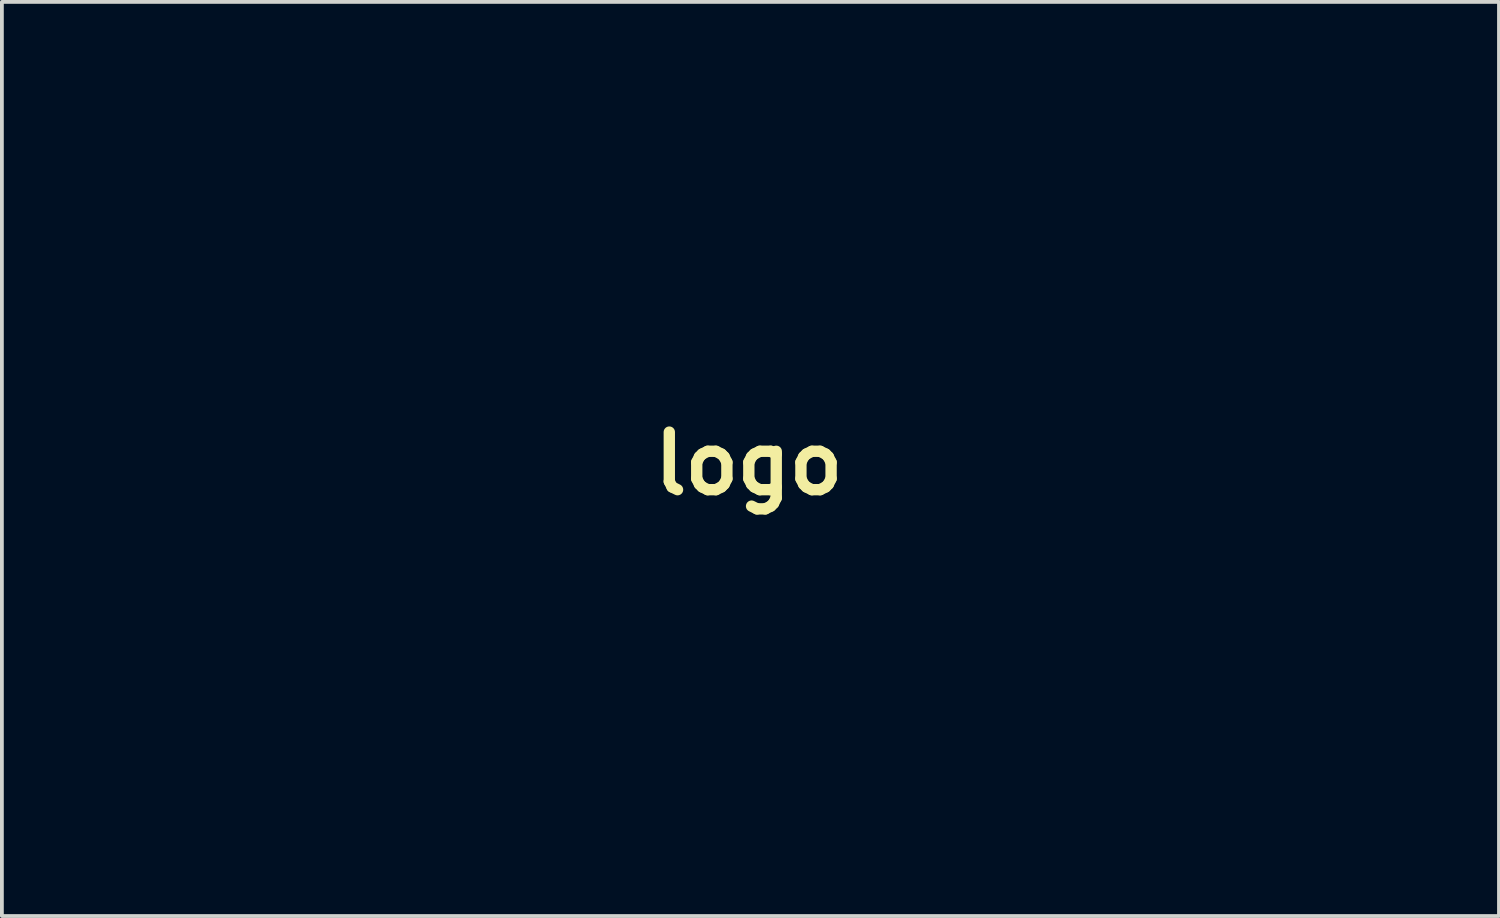
<source format=kicad_pcb>
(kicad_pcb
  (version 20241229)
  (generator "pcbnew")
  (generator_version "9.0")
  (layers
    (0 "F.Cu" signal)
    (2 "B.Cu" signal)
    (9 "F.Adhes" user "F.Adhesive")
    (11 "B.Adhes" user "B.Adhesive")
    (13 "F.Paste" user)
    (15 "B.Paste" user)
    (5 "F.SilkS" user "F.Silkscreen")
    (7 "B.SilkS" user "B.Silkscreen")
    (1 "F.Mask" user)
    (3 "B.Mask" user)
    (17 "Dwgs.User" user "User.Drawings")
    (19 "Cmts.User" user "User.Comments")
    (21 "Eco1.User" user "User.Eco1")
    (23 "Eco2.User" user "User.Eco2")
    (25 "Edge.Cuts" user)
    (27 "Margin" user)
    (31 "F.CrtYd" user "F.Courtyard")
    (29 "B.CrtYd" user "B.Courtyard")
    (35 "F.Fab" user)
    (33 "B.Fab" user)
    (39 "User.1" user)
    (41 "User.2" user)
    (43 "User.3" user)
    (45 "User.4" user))
  (footprint "logo"
    (layer "F.Cu")
    (at 16.769 9.221)
    (property "Reference" "logo" (at 0 0 0) (layer "F.SilkS") (effects (font (size 1.524 1.524) (thickness 0.3))))
    (attr through_hole)
    (fp_poly (pts (xy -0.593 -1.905) (xy -0.635 -1.863) (xy -0.677 -1.905) (xy -0.635 -1.947) (xy -0.593 -1.905)) (stroke (width 0.01) (type solid)) (fill no) (layer "Eco2.User"))
    (fp_poly (pts (xy 1.814 -7.251) (xy 4.214 -7.075) (xy 6.565 -6.759) (xy 8.509 -6.38) (xy 9.603 -6.107) (xy 10.541 -5.81) (xy 11.336 -5.483) (xy 11.999 -5.117) (xy 12.544 -4.705) (xy 12.982 -4.24) (xy 13.326 -3.714) (xy 13.482 -3.393) (xy 13.758 -2.752) (xy 13.74 0.4) (xy 13.735 1.217) (xy 13.729 1.883) (xy 13.722 2.416) (xy 13.712 2.832) (xy 13.699 3.15) (xy 13.681 3.388) (xy 13.658 3.564) (xy 13.629 3.695) (xy 13.592 3.799) (xy 13.55 3.887) (xy 13.384 4.148) (xy 13.151 4.382) (xy 12.823 4.613) (xy 12.371 4.864) (xy 12.234 4.933) (xy 11.68 5.193) (xy 11.01 5.482) (xy 10.272 5.782) (xy 9.511 6.074) (xy 8.775 6.34) (xy 8.111 6.563) (xy 7.814 6.653) (xy 7.385 6.769) (xy 7.068 6.817) (xy 6.822 6.792) (xy 6.601 6.688) (xy 6.361 6.499) (xy 6.308 6.451) (xy 6.128 6.272) (xy 5.868 5.993) (xy 5.554 5.643) (xy 5.211 5.252) (xy 4.868 4.852) (xy 4.551 4.47) (xy 4.53 4.444) (xy 4.219 4.07) (xy 3.865 3.657) (xy 3.496 3.237) (xy 3.141 2.841) (xy 2.828 2.5) (xy 2.584 2.247) (xy 2.518 2.182) (xy 2.247 1.964) (xy 1.912 1.744) (xy 1.706 1.632) (xy 1.509 1.54) (xy 1.334 1.475) (xy 1.144 1.434) (xy 0.903 1.41) (xy 0.574 1.4) (xy 0.12 1.397) (xy 0 1.397) (xy -0.487 1.399) (xy -0.841 1.407) (xy -1.099 1.428) (xy -1.297 1.465) (xy -1.471 1.523) (xy -1.658 1.609) (xy -1.693 1.626) (xy -2.069 1.855) (xy -2.498 2.202) (xy -2.987 2.672) (xy -3.542 3.272) (xy -4.171 4.011) (xy -4.476 4.385) (xy -5.079 5.115) (xy -5.611 5.722) (xy -6.068 6.202) (xy -6.445 6.549) (xy -6.722 6.749) (xy -6.863 6.814) (xy -7.019 6.838) (xy -7.226 6.818) (xy -7.516 6.749) (xy -7.926 6.627) (xy -8.001 6.604) (xy -8.698 6.376) (xy -9.419 6.12) (xy -10.141 5.847) (xy -10.84 5.566) (xy -11.492 5.289) (xy -12.072 5.024) (xy -12.558 4.782) (xy -12.926 4.573) (xy -13.115 4.439) (xy -13.258 4.316) (xy -13.375 4.2) (xy -13.47 4.072) (xy -13.545 3.915) (xy -13.603 3.714) (xy -13.645 3.449) (xy -13.676 3.105) (xy -13.697 2.664) (xy -13.711 2.109) (xy -13.721 1.423) (xy -13.729 0.589) (xy -13.731 0.376) (xy -13.732 0.217) (xy -12.869 0.217) (xy -12.866 0.985) (xy -12.858 1.603) (xy -12.841 2.094) (xy -12.813 2.478) (xy -12.772 2.776) (xy -12.714 3.008) (xy -12.638 3.196) (xy -12.542 3.359) (xy -12.484 3.44) (xy -12.295 3.616) (xy -11.978 3.832) (xy -11.561 4.071) (xy -11.076 4.316) (xy -10.552 4.552) (xy -10.202 4.693) (xy -9.835 4.836) (xy -9.461 4.985) (xy -9.186 5.098) (xy -8.639 5.314) (xy -8.096 5.506) (xy -7.592 5.664) (xy -7.163 5.776) (xy -6.841 5.833) (xy -6.764 5.837) (xy -6.444 5.807) (xy -6.183 5.685) (xy -6.08 5.609) (xy -5.916 5.476) (xy -5.779 5.356) (xy -5.642 5.22) (xy -5.482 5.041) (xy -5.27 4.792) (xy -4.983 4.444) (xy -4.914 4.36) (xy -4.374 3.716) (xy -3.895 3.178) (xy -3.446 2.711) (xy -2.995 2.28) (xy -2.879 2.175) (xy -2.431 1.799) (xy -2.044 1.541) (xy -1.684 1.38) (xy -1.413 1.31) (xy -1.197 1.253) (xy -1.063 1.188) (xy -1.052 1.176) (xy -0.951 1.143) (xy -0.722 1.119) (xy -0.406 1.106) (xy -0.043 1.102) (xy 0.324 1.107) (xy 0.656 1.121) (xy 0.911 1.144) (xy 1.047 1.176) (xy 1.058 1.185) (xy 1.176 1.254) (xy 1.296 1.272) (xy 1.558 1.326) (xy 1.897 1.468) (xy 2.261 1.672) (xy 2.554 1.88) (xy 2.92 2.195) (xy 3.353 2.611) (xy 3.82 3.093) (xy 4.286 3.605) (xy 4.718 4.112) (xy 4.782 4.191) (xy 5.086 4.554) (xy 5.411 4.922) (xy 5.71 5.24) (xy 5.868 5.397) (xy 6.08 5.587) (xy 6.273 5.727) (xy 6.471 5.816) (xy 6.695 5.851) (xy 6.967 5.832) (xy 7.309 5.757) (xy 7.743 5.624) (xy 8.29 5.432) (xy 8.973 5.178) (xy 8.975 5.178) (xy 9.872 4.833) (xy 10.62 4.527) (xy 11.231 4.251) (xy 11.718 4) (xy 12.094 3.766) (xy 12.373 3.542) (xy 12.569 3.322) (xy 12.593 3.287) (xy 12.827 2.933) (xy 12.827 0.303) (xy 12.825 -0.534) (xy 12.817 -1.216) (xy 12.804 -1.755) (xy 12.785 -2.166) (xy 12.759 -2.462) (xy 12.726 -2.657) (xy 12.717 -2.692) (xy 12.553 -3.024) (xy 12.267 -3.39) (xy 11.891 -3.758) (xy 11.46 -4.095) (xy 11.06 -4.34) (xy 10.44 -4.62) (xy 9.666 -4.888) (xy 8.754 -5.14) (xy 7.719 -5.373) (xy 6.575 -5.583) (xy 5.339 -5.768) (xy 4.248 -5.899) (xy 3.62 -5.953) (xy 2.859 -5.995) (xy 1.997 -6.025) (xy 1.066 -6.044) (xy 0.101 -6.051) (xy -0.868 -6.046) (xy -1.806 -6.03) (xy -2.681 -6.002) (xy -3.46 -5.963) (xy -4.11 -5.912) (xy -4.233 -5.899) (xy -5.024 -5.804) (xy -5.841 -5.689) (xy -6.652 -5.562) (xy -7.426 -5.427) (xy -8.133 -5.289) (xy -8.741 -5.155) (xy -9.219 -5.03) (xy -9.313 -5.002) (xy -9.534 -4.931) (xy -9.81 -4.844) (xy -9.864 -4.827) (xy -10.307 -4.668) (xy -10.823 -4.451) (xy -11.255 -4.249) (xy -11.454 -4.122) (xy -11.718 -3.912) (xy -12 -3.659) (xy -12.064 -3.597) (xy -12.278 -3.379) (xy -12.45 -3.175) (xy -12.585 -2.964) (xy -12.687 -2.725) (xy -12.762 -2.437) (xy -12.813 -2.079) (xy -12.845 -1.629) (xy -12.861 -1.068) (xy -12.868 -0.373) (xy -12.869 0.217) (xy -13.732 0.217) (xy -13.758 -2.836) (xy -13.45 -3.471) (xy -13.144 -4.011) (xy -12.772 -4.488) (xy -12.322 -4.908) (xy -11.78 -5.279) (xy -11.132 -5.609) (xy -10.363 -5.905) (xy -9.46 -6.175) (xy -8.41 -6.426) (xy -7.778 -6.556) (xy -5.432 -6.941) (xy -3.035 -7.184) (xy -0.611 -7.288) (xy 1.814 -7.251)) (stroke (width 0.01) (type solid)) (fill no) (layer "Eco2.User"))
    (fp_poly (pts (xy 0.785 -2.295) (xy 1.243 -2.062) (xy 1.597 -1.853) (xy 1.902 -1.631) (xy 2.213 -1.357) (xy 2.406 -1.171) (xy 2.816 -0.794) (xy 3.172 -0.521) (xy 3.445 -0.37) (xy 3.648 -0.299) (xy 3.804 -0.276) (xy 3.972 -0.308) (xy 4.212 -0.4) (xy 4.341 -0.454) (xy 4.632 -0.569) (xy 4.878 -0.649) (xy 5.017 -0.678) (xy 5.217 -0.619) (xy 5.511 -0.456) (xy 5.873 -0.205) (xy 6.278 0.118) (xy 6.447 0.265) (xy 7.02 0.755) (xy 7.512 1.14) (xy 7.913 1.413) (xy 8.216 1.571) (xy 8.38 1.609) (xy 8.523 1.568) (xy 8.772 1.459) (xy 9.088 1.299) (xy 9.335 1.163) (xy 9.782 0.907) (xy 10.11 0.723) (xy 10.348 0.606) (xy 10.528 0.55) (xy 10.679 0.548) (xy 10.832 0.595) (xy 11.018 0.683) (xy 11.219 0.785) (xy 11.695 1.039) (xy 12.112 1.297) (xy 12.445 1.539) (xy 12.667 1.749) (xy 12.747 1.877) (xy 12.773 2.111) (xy 12.753 2.435) (xy 12.697 2.78) (xy 12.616 3.077) (xy 12.551 3.216) (xy 12.409 3.399) (xy 12.214 3.575) (xy 11.943 3.758) (xy 11.573 3.96) (xy 11.083 4.198) (xy 10.668 4.386) (xy 10.352 4.522) (xy 9.956 4.684) (xy 9.512 4.86) (xy 9.052 5.038) (xy 8.606 5.206) (xy 8.207 5.352) (xy 7.886 5.464) (xy 7.675 5.53) (xy 7.62 5.543) (xy 7.519 5.587) (xy 7.474 5.614) (xy 7.333 5.662) (xy 7.092 5.71) (xy 6.945 5.731) (xy 6.66 5.748) (xy 6.451 5.705) (xy 6.231 5.58) (xy 6.194 5.555) (xy 6.064 5.464) (xy 5.955 5.379) (xy 5.845 5.28) (xy 5.715 5.142) (xy 5.542 4.945) (xy 5.307 4.667) (xy 4.989 4.285) (xy 4.91 4.191) (xy 4.23 3.395) (xy 3.628 2.738) (xy 3.096 2.213) (xy 2.637 1.82) (xy 9.215 1.82) (xy 9.702 1.938) (xy 9.977 2.001) (xy 10.139 2.016) (xy 10.241 1.977) (xy 10.332 1.88) (xy 10.336 1.875) (xy 10.476 1.724) (xy 10.532 1.719) (xy 10.503 1.862) (xy 10.47 1.955) (xy 10.418 2.137) (xy 10.454 2.261) (xy 10.602 2.401) (xy 10.625 2.419) (xy 10.794 2.542) (xy 10.881 2.558) (xy 10.926 2.486) (xy 10.977 2.425) (xy 11.069 2.478) (xy 11.212 2.635) (xy 11.509 2.888) (xy 11.842 3.013) (xy 12.078 3.063) (xy 12.234 3.084) (xy 12.266 3.081) (xy 12.236 3.006) (xy 12.129 2.835) (xy 11.993 2.642) (xy 11.791 2.34) (xy 11.606 2.019) (xy 11.526 1.855) (xy 11.334 1.499) (xy 11.111 1.212) (xy 10.886 1.022) (xy 10.685 0.957) (xy 10.643 0.964) (xy 10.406 1.006) (xy 10.279 1.015) (xy 10.126 1.049) (xy 9.937 1.161) (xy 9.685 1.371) (xy 9.455 1.588) (xy 9.215 1.82) (xy 2.637 1.82) (xy 2.627 1.812) (xy 2.214 1.528) (xy 1.987 1.41) (xy 1.723 1.289) (xy 1.49 1.179) (xy 1.448 1.158) (xy 1.265 1.113) (xy 0.953 1.081) (xy 0.551 1.062) (xy 0.099 1.055) (xy -0.364 1.06) (xy -0.797 1.078) (xy -1.161 1.108) (xy -1.417 1.149) (xy -1.49 1.173) (xy -1.945 1.395) (xy -2.299 1.595) (xy -2.607 1.809) (xy -2.927 2.076) (xy -3.098 2.231) (xy -3.552 2.671) (xy -4.035 3.179) (xy -4.499 3.701) (xy -4.896 4.185) (xy -4.995 4.314) (xy -5.25 4.633) (xy -5.539 4.959) (xy -5.829 5.258) (xy -6.086 5.495) (xy -6.275 5.634) (xy -6.282 5.638) (xy -6.645 5.739) (xy -7.078 5.713) (xy -7.154 5.696) (xy -7.488 5.599) (xy -7.943 5.446) (xy -8.484 5.25) (xy -9.078 5.025) (xy -9.69 4.783) (xy -10.287 4.538) (xy -10.835 4.303) (xy -11.3 4.092) (xy -11.45 4.019) (xy -11.78 3.843) (xy -12.073 3.662) (xy -12.278 3.509) (xy -12.311 3.478) (xy -12.508 3.27) (xy -11.932 3.27) (xy -11.909 3.36) (xy -11.805 3.354) (xy -11.643 3.366) (xy -11.545 3.429) (xy -11.363 3.534) (xy -11.164 3.548) (xy -11.015 3.473) (xy -10.98 3.408) (xy -10.95 3.339) (xy -10.933 3.434) (xy -10.932 3.46) (xy -10.914 3.578) (xy -10.846 3.627) (xy -10.683 3.623) (xy -10.52 3.6) (xy -10.278 3.559) (xy -10.117 3.522) (xy -10.084 3.508) (xy -10.102 3.426) (xy -10.151 3.355) (xy -10.209 3.247) (xy -10.149 3.199) (xy -10.131 3.116) (xy -10.231 2.925) (xy -10.336 2.776) (xy -10.605 2.478) (xy -10.86 2.344) (xy -11.123 2.372) (xy -11.414 2.56) (xy -11.536 2.673) (xy -11.734 2.896) (xy -11.869 3.105) (xy -11.932 3.27) (xy -12.508 3.27) (xy -12.518 3.26) (xy -11.707 2.52) (xy -10.897 1.78) (xy -10.315 2.094) (xy -9.734 2.408) (xy -9.663 2.371) (xy -8.502 2.371) (xy -8.108 2.371) (xy -7.822 2.347) (xy -7.662 2.269) (xy -7.627 2.223) (xy -7.559 2.119) (xy -7.54 2.165) (xy -7.538 2.223) (xy -7.528 2.301) (xy -7.485 2.346) (xy -7.385 2.354) (xy -7.205 2.323) (xy -6.919 2.249) (xy -6.505 2.13) (xy -6.314 2.074) (xy -5.927 1.961) (xy -5.604 1.868) (xy -5.376 1.804) (xy -5.276 1.778) (xy -5.274 1.778) (xy -5.266 1.704) (xy -5.285 1.521) (xy -5.295 1.46) (xy -5.348 1.143) (xy -5.066 1.461) (xy -4.796 1.7) (xy -4.526 1.828) (xy -4.508 1.831) (xy -4.233 1.884) (xy -4.233 1.496) (xy -4.254 1.224) (xy -4.331 1.057) (xy -4.424 0.974) (xy -4.749 0.741) (xy -5.095 0.485) (xy -5.399 0.253) (xy -5.52 0.158) (xy -5.684 0.04) (xy -5.802 0.027) (xy -5.956 0.11) (xy -5.961 0.114) (xy -6.155 0.229) (xy -6.224 0.23) (xy -6.174 0.114) (xy -6.084 -0.021) (xy -5.973 -0.186) (xy -5.961 -0.233) (xy -6.043 -0.179) (xy -6.056 -0.169) (xy -6.242 -0.001) (xy -6.371 0.141) (xy -6.515 0.276) (xy -6.755 0.459) (xy -7.042 0.653) (xy -7.067 0.669) (xy -7.346 0.862) (xy -7.574 1.05) (xy -7.705 1.194) (xy -7.712 1.206) (xy -7.843 1.412) (xy -7.99 1.599) (xy -8.17 1.801) (xy -7.959 1.695) (xy -7.873 1.667) (xy -7.9 1.731) (xy -8.044 1.896) (xy -8.124 1.98) (xy -8.502 2.371) (xy -9.663 2.371) (xy -9.418 2.243) (xy -9.224 2.112) (xy -8.956 1.892) (xy -8.656 1.619) (xy -8.467 1.433) (xy -8.15 1.12) (xy -7.822 0.813) (xy -7.535 0.558) (xy -7.413 0.457) (xy -7.149 0.244) (xy -6.906 0.039) (xy -6.778 -0.074) (xy -6.563 -0.255) (xy -6.304 -0.447) (xy -6.248 -0.485) (xy -5.935 -0.695) (xy -5.418 -0.436) (xy -4.901 -0.178) (xy -4.461 -0.454) (xy -4.251 -0.575) (xy -3.455 -0.575) (xy -3.399 -0.517) (xy -3.326 -0.442) (xy -3.399 -0.371) (xy -3.386 -0.322) (xy -3.208 -0.269) (xy -2.872 -0.213) (xy -2.794 -0.202) (xy -2.46 -0.158) (xy -2.192 -0.122) (xy -2.033 -0.1) (xy -2.011 -0.096) (xy -1.96 -0.158) (xy -1.947 -0.263) (xy -1.947 -0.442) (xy -1.799 -0.261) (xy -1.651 -0.08) (xy -1.469 -0.141) (xy 4.402 -0.141) (xy 4.409 -0.035) (xy 4.41 -0.034) (xy 4.551 0.037) (xy 4.621 0.028) (xy 4.725 0.035) (xy 4.741 0.076) (xy 4.814 0.146) (xy 4.953 0.169) (xy 5.125 0.124) (xy 5.167 0.021) (xy 5.182 -0.068) (xy 5.244 -0.03) (xy 5.315 0.052) (xy 5.507 0.237) (xy 5.724 0.375) (xy 5.873 0.421) (xy 5.884 0.362) (xy 5.815 0.213) (xy 5.801 0.191) (xy 5.542 -0.135) (xy 5.259 -0.305) (xy 5.032 -0.339) (xy 4.75 -0.311) (xy 4.527 -0.239) (xy 4.402 -0.141) (xy -1.469 -0.141) (xy -1.058 -0.28) (xy -0.745 -0.393) (xy -0.554 -0.49) (xy -0.445 -0.599) (xy -0.377 -0.749) (xy -0.372 -0.763) (xy -0.278 -1.047) (xy -0.16 -0.801) (xy -0.094 -0.685) (xy -0.005 -0.602) (xy 0.138 -0.54) (xy 0.367 -0.488) (xy 0.712 -0.437) (xy 1.016 -0.398) (xy 1.397 -0.35) (xy 1.12 -0.599) (xy 0.972 -0.746) (xy 0.914 -0.835) (xy 0.925 -0.847) (xy 1.041 -0.785) (xy 1.058 -0.762) (xy 1.175 -0.68) (xy 1.201 -0.677) (xy 1.197 -0.732) (xy 1.098 -0.876) (xy 0.948 -1.05) (xy 0.719 -1.327) (xy 0.511 -1.626) (xy 0.423 -1.778) (xy 0.318 -1.971) (xy 0.22 -2.071) (xy 0.081 -2.089) (xy -0.145 -2.04) (xy -0.339 -1.983) (xy -0.484 -1.947) (xy -0.487 -1.987) (xy -0.401 -2.09) (xy -0.416 -2.115) (xy -0.55 -2.073) (xy -0.775 -1.979) (xy -1.061 -1.848) (xy -1.38 -1.693) (xy -1.703 -1.528) (xy -2 -1.368) (xy -2.242 -1.227) (xy -2.4 -1.119) (xy -2.413 -1.108) (xy -2.663 -0.918) (xy -2.943 -0.748) (xy -3.198 -0.629) (xy -3.354 -0.591) (xy -3.455 -0.575) (xy -4.251 -0.575) (xy -4.127 -0.646) (xy -3.762 -0.83) (xy -3.58 -0.91) (xy -3.315 -1.025) (xy -3.107 -1.131) (xy -3.029 -1.181) (xy -2.716 -1.411) (xy -2.268 -1.683) (xy -1.677 -2.003) (xy -1.204 -2.243) (xy -0.165 -2.759) (xy 0.785 -2.295)) (stroke (width 0.01) (type solid)) (fill no) (layer "Eco2.User"))
    (fp_poly (pts (xy -0.31 -9.216) (xy 0.73 -9.205) (xy 1.56 -9.192) (xy 2.247 -9.178) (xy 2.819 -9.161) (xy 3.304 -9.14) (xy 3.728 -9.112) (xy 4.118 -9.078) (xy 4.501 -9.034) (xy 4.906 -8.98) (xy 5.165 -8.942) (xy 6.127 -8.792) (xy 6.991 -8.641) (xy 7.827 -8.476) (xy 8.707 -8.283) (xy 9.019 -8.21) (xy 10.298 -7.844) (xy 11.472 -7.369) (xy 12.533 -6.793) (xy 13.474 -6.12) (xy 14.289 -5.356) (xy 14.969 -4.508) (xy 15.508 -3.581) (xy 15.863 -2.691) (xy 15.974 -2.567) (xy 16.147 -2.493) (xy 16.415 -2.421) (xy 16.616 -2.354) (xy 16.849 -2.265) (xy 16.849 4.708) (xy 16.642 4.989) (xy 16.444 5.226) (xy 16.217 5.421) (xy 15.935 5.588) (xy 15.567 5.743) (xy 15.086 5.9) (xy 14.536 6.053) (xy 13.935 6.241) (xy 13.482 6.448) (xy 13.304 6.562) (xy 13.071 6.707) (xy 12.724 6.895) (xy 12.308 7.105) (xy 11.865 7.317) (xy 11.44 7.509) (xy 11.075 7.661) (xy 10.837 7.746) (xy 10.601 7.826) (xy 10.372 7.917) (xy 10.204 7.981) (xy 9.911 8.087) (xy 9.526 8.221) (xy 9.085 8.372) (xy 8.848 8.452) (xy 7.578 8.878) (xy 6.118 8.938) (xy 5.567 8.959) (xy 5.155 8.967) (xy 4.851 8.963) (xy 4.625 8.944) (xy 4.447 8.908) (xy 4.286 8.856) (xy 4.279 8.854) (xy 3.971 8.684) (xy 3.63 8.395) (xy 3.249 7.977) (xy 2.817 7.42) (xy 2.817 7.42) (xy 8.467 7.42) (xy 8.5 7.446) (xy 8.615 7.438) (xy 8.831 7.392) (xy 9.171 7.301) (xy 9.554 7.192) (xy 10.001 7.054) (xy 10.464 6.897) (xy 10.871 6.745) (xy 11.045 6.673) (xy 11.373 6.523) (xy 11.728 6.35) (xy 12.08 6.169) (xy 12.399 5.998) (xy 12.652 5.852) (xy 12.81 5.749) (xy 12.847 5.706) (xy 12.761 5.725) (xy 12.551 5.798) (xy 12.249 5.913) (xy 11.89 6.059) (xy 10.909 6.461) (xy 10.078 6.793) (xy 9.398 7.055) (xy 8.996 7.202) (xy 8.728 7.301) (xy 8.538 7.379) (xy 8.467 7.42) (xy 2.817 7.42) (xy 2.45 6.899) (xy 2.031 6.327) (xy 1.6 5.818) (xy 1.178 5.392) (xy 0.785 5.07) (xy 0.442 4.872) (xy 0.357 4.842) (xy 0.027 4.779) (xy -0.282 4.811) (xy -0.598 4.949) (xy -0.948 5.205) (xy -1.356 5.586) (xy -1.689 5.945) (xy -2.053 6.38) (xy -2.391 6.82) (xy -2.538 7.027) (xy -3.018 7.697) (xy -3.446 8.212) (xy -3.827 8.58) (xy -4.167 8.805) (xy -4.191 8.816) (xy -4.441 8.894) (xy -4.793 8.942) (xy -5.262 8.961) (xy -5.862 8.951) (xy -6.608 8.912) (xy -6.985 8.886) (xy -7.397 8.847) (xy -7.766 8.786) (xy -8.148 8.691) (xy -8.596 8.549) (xy -8.932 8.432) (xy -9.349 8.283) (xy -9.72 8.148) (xy -10.009 8.041) (xy -10.182 7.974) (xy -10.202 7.966) (xy -10.38 7.896) (xy -10.642 7.8) (xy -10.795 7.746) (xy -11.224 7.584) (xy -11.439 7.493) (xy -8.382 7.493) (xy -8.34 7.535) (xy -8.297 7.493) (xy -8.34 7.451) (xy -8.382 7.493) (xy -11.439 7.493) (xy -11.709 7.378) (xy -12.204 7.15) (xy -12.665 6.92) (xy -13.05 6.709) (xy -13.283 6.561) (xy -13.595 6.375) (xy -13.996 6.213) (xy -14.524 6.057) (xy -14.568 6.046) (xy -15.266 5.843) (xy -15.655 5.69) (xy -12.855 5.69) (xy -12.844 5.729) (xy -12.728 5.826) (xy -12.482 5.969) (xy -12.136 6.147) (xy -11.719 6.346) (xy -11.259 6.552) (xy -10.785 6.752) (xy -10.326 6.933) (xy -9.923 7.077) (xy -9.433 7.235) (xy -9.024 7.353) (xy -8.714 7.429) (xy -8.521 7.456) (xy -8.463 7.433) (xy -8.478 7.411) (xy -8.57 7.367) (xy -8.785 7.281) (xy -9.088 7.166) (xy -9.318 7.081) (xy -9.719 6.931) (xy -10.245 6.726) (xy -10.863 6.48) (xy -11.542 6.205) (xy -12.25 5.914) (xy -12.777 5.694) (xy -12.855 5.69) (xy -15.655 5.69) (xy -15.813 5.628) (xy -16.228 5.393) (xy -16.521 5.139) (xy -16.764 4.873) (xy -16.764 1.501) (xy -15.571 1.501) (xy -15.568 2.057) (xy -15.56 2.562) (xy -15.547 2.984) (xy -15.53 3.292) (xy -15.515 3.429) (xy -15.484 3.519) (xy -15.454 3.461) (xy -15.426 3.276) (xy -15.401 2.985) (xy -15.38 2.609) (xy -15.363 2.17) (xy -15.352 1.689) (xy -15.348 1.186) (xy -15.35 0.684) (xy -15.361 0.203) (xy -15.364 0.136) (xy -14.199 0.136) (xy -14.195 0.795) (xy -14.187 1.453) (xy -14.174 2.085) (xy -14.156 2.666) (xy -14.134 3.168) (xy -14.108 3.568) (xy -14.079 3.839) (xy -14.06 3.927) (xy -13.86 4.307) (xy -13.505 4.691) (xy -13.012 5.066) (xy -12.394 5.418) (xy -12.361 5.434) (xy -11.602 5.795) (xy -10.835 6.135) (xy -10.077 6.448) (xy -9.35 6.727) (xy -8.672 6.965) (xy -8.061 7.155) (xy -7.539 7.292) (xy -7.123 7.369) (xy -6.833 7.378) (xy -6.773 7.366) (xy -6.56 7.279) (xy -6.299 7.141) (xy -6.216 7.09) (xy -5.94 6.878) (xy -5.589 6.556) (xy -5.19 6.148) (xy -4.769 5.679) (xy -4.583 5.461) (xy -4.218 5.026) (xy -3.945 4.701) (xy -3.748 4.468) (xy -3.61 4.307) (xy -3.516 4.199) (xy -3.471 4.149) (xy -3.362 4.027) (xy -3.173 3.814) (xy -2.936 3.544) (xy -2.794 3.381) (xy -2.397 2.941) (xy -2.067 2.616) (xy -1.77 2.384) (xy -1.472 2.225) (xy -1.14 2.116) (xy -0.74 2.036) (xy -0.672 2.025) (xy 0.074 1.97) (xy 0.777 2.035) (xy 1.41 2.213) (xy 1.946 2.499) (xy 2.165 2.677) (xy 2.307 2.823) (xy 2.536 3.071) (xy 2.828 3.398) (xy 3.162 3.776) (xy 3.515 4.18) (xy 3.864 4.583) (xy 4.186 4.961) (xy 4.459 5.288) (xy 4.572 5.425) (xy 4.946 5.866) (xy 5.336 6.288) (xy 5.713 6.664) (xy 6.048 6.965) (xy 6.313 7.162) (xy 6.332 7.173) (xy 6.664 7.322) (xy 6.983 7.388) (xy 7.018 7.389) (xy 7.209 7.366) (xy 7.509 7.305) (xy 7.876 7.216) (xy 8.27 7.111) (xy 8.65 7.002) (xy 8.973 6.899) (xy 9.198 6.814) (xy 9.271 6.775) (xy 9.413 6.701) (xy 9.567 6.645) (xy 9.779 6.57) (xy 10.109 6.439) (xy 10.521 6.269) (xy 10.979 6.074) (xy 11.447 5.87) (xy 11.889 5.671) (xy 11.978 5.63) (xy 12.954 5.63) (xy 12.996 5.673) (xy 13.039 5.63) (xy 12.996 5.588) (xy 12.954 5.63) (xy 11.978 5.63) (xy 12.268 5.496) (xy 12.8 5.229) (xy 13.2 4.991) (xy 13.499 4.758) (xy 13.727 4.504) (xy 13.913 4.206) (xy 13.965 4.104) (xy 14.228 3.569) (xy 14.208 1.377) (xy 15.336 1.377) (xy 15.338 1.927) (xy 15.343 2.434) (xy 15.353 2.866) (xy 15.367 3.193) (xy 15.386 3.385) (xy 15.388 3.397) (xy 15.421 3.467) (xy 15.451 3.388) (xy 15.477 3.181) (xy 15.499 2.864) (xy 15.517 2.46) (xy 15.528 1.988) (xy 15.533 1.468) (xy 15.531 0.922) (xy 15.52 0.368) (xy 15.513 0.127) (xy 15.493 -0.354) (xy 15.47 -0.74) (xy 15.447 -1.012) (xy 15.423 -1.151) (xy 15.403 -1.143) (xy 15.383 -0.969) (xy 15.366 -0.655) (xy 15.353 -0.234) (xy 15.343 0.266) (xy 15.338 0.813) (xy 15.336 1.377) (xy 14.208 1.377) (xy 14.2 0.536) (xy 14.188 -0.365) (xy 14.173 -1.149) (xy 14.153 -1.804) (xy 14.129 -2.322) (xy 14.103 -2.69) (xy 14.073 -2.9) (xy 13.827 -3.581) (xy 13.438 -4.24) (xy 12.933 -4.843) (xy 12.338 -5.355) (xy 12.019 -5.564) (xy 11.369 -5.888) (xy 10.556 -6.19) (xy 9.585 -6.47) (xy 8.46 -6.725) (xy 7.186 -6.955) (xy 5.768 -7.159) (xy 5.096 -7.24) (xy 3.612 -7.391) (xy 2.196 -7.493) (xy 0.816 -7.544) (xy -0.562 -7.544) (xy -1.97 -7.493) (xy -3.44 -7.39) (xy -5.005 -7.234) (xy -6.697 -7.025) (xy -6.731 -7.02) (xy -7.157 -6.953) (xy -7.687 -6.854) (xy -8.278 -6.732) (xy -8.887 -6.597) (xy -9.471 -6.459) (xy -9.989 -6.328) (xy -10.396 -6.211) (xy -10.504 -6.177) (xy -11.439 -5.81) (xy -12.22 -5.387) (xy -12.857 -4.898) (xy -13.36 -4.332) (xy -13.737 -3.68) (xy -13.999 -2.932) (xy -14.13 -2.271) (xy -14.156 -1.994) (xy -14.176 -1.588) (xy -14.189 -1.081) (xy -14.197 -0.498) (xy -14.199 0.136) (xy -15.364 0.136) (xy -15.372 -0.07) (xy -15.399 -0.589) (xy -15.424 -0.948) (xy -15.448 -1.158) (xy -15.472 -1.229) (xy -15.498 -1.17) (xy -15.504 -1.143) (xy -15.525 -0.942) (xy -15.543 -0.603) (xy -15.556 -0.158) (xy -15.565 0.362) (xy -15.57 0.926) (xy -15.571 1.501) (xy -16.764 1.501) (xy -16.764 -2.359) (xy -16.298 -2.455) (xy -16.022 -2.525) (xy -15.879 -2.6) (xy -15.833 -2.699) (xy -15.833 -2.716) (xy -15.793 -2.936) (xy -15.755 -3.028) (xy -15.673 -3.207) (xy -15.577 -3.445) (xy -15.569 -3.465) (xy -15.458 -3.698) (xy -15.274 -4.018) (xy -15.048 -4.376) (xy -14.81 -4.724) (xy -14.606 -4.995) (xy -13.969 -5.68) (xy -13.204 -6.325) (xy -12.35 -6.903) (xy -11.449 -7.385) (xy -10.955 -7.586) (xy -8.254 -7.586) (xy -8.238 -7.578) (xy -8.225 -7.579) (xy -8.034 -7.604) (xy -7.717 -7.643) (xy -7.317 -7.691) (xy -6.875 -7.743) (xy -6.828 -7.748) (xy -6.356 -7.805) (xy -5.894 -7.864) (xy -5.494 -7.919) (xy -5.208 -7.962) (xy -5.207 -7.962) (xy -4.774 -8.018) (xy -4.198 -8.067) (xy -3.502 -8.109) (xy -2.713 -8.142) (xy -1.857 -8.167) (xy -0.957 -8.182) (xy -0.039 -8.187) (xy 0.87 -8.182) (xy 1.747 -8.165) (xy 2.344 -8.146) (xy 3.006 -8.118) (xy 3.636 -8.087) (xy 4.207 -8.055) (xy 4.692 -8.024) (xy 5.067 -7.994) (xy 5.304 -7.968) (xy 5.334 -7.963) (xy 5.598 -7.92) (xy 5.981 -7.865) (xy 6.433 -7.805) (xy 6.904 -7.747) (xy 6.943 -7.742) (xy 7.383 -7.688) (xy 7.778 -7.637) (xy 8.089 -7.594) (xy 8.278 -7.563) (xy 8.297 -7.559) (xy 8.436 -7.542) (xy 8.46 -7.565) (xy 8.347 -7.615) (xy 8.096 -7.686) (xy 7.736 -7.771) (xy 7.294 -7.866) (xy 6.801 -7.964) (xy 6.285 -8.059) (xy 5.775 -8.146) (xy 5.299 -8.217) (xy 5.292 -8.218) (xy 4.846 -8.274) (xy 4.276 -8.334) (xy 3.627 -8.396) (xy 2.946 -8.455) (xy 2.276 -8.507) (xy 2.085 -8.521) (xy 1.418 -8.564) (xy 0.87 -8.595) (xy 0.396 -8.612) (xy -0.047 -8.616) (xy -0.503 -8.606) (xy -1.017 -8.584) (xy -1.631 -8.547) (xy -2.021 -8.522) (xy -3.369 -8.421) (xy -4.565 -8.303) (xy -5.625 -8.165) (xy -6.566 -8.006) (xy -7.403 -7.823) (xy -7.535 -7.79) (xy -7.881 -7.698) (xy -8.128 -7.628) (xy -8.254 -7.586) (xy -10.955 -7.586) (xy -10.668 -7.702) (xy -10.361 -7.81) (xy -10.1 -7.906) (xy -9.948 -7.966) (xy -9.792 -8.018) (xy -9.501 -8.094) (xy -9.067 -8.197) (xy -8.483 -8.329) (xy -7.743 -8.49) (xy -7.451 -8.552) (xy -6.876 -8.663) (xy -6.179 -8.78) (xy -5.408 -8.895) (xy -4.609 -9.002) (xy -3.83 -9.094) (xy -3.292 -9.149) (xy -2.783 -9.183) (xy -2.112 -9.205) (xy -1.285 -9.216) (xy -0.31 -9.216)) (stroke (width 0.01) (type solid)) (fill no) (layer "Eco2.User")))
  (gr_rect
    (start -3 -3)
    (end 36.623 21.194)
    (stroke (width 0.1) (type default))
    (fill no)
    (layer "Edge.Cuts")))
</source>
